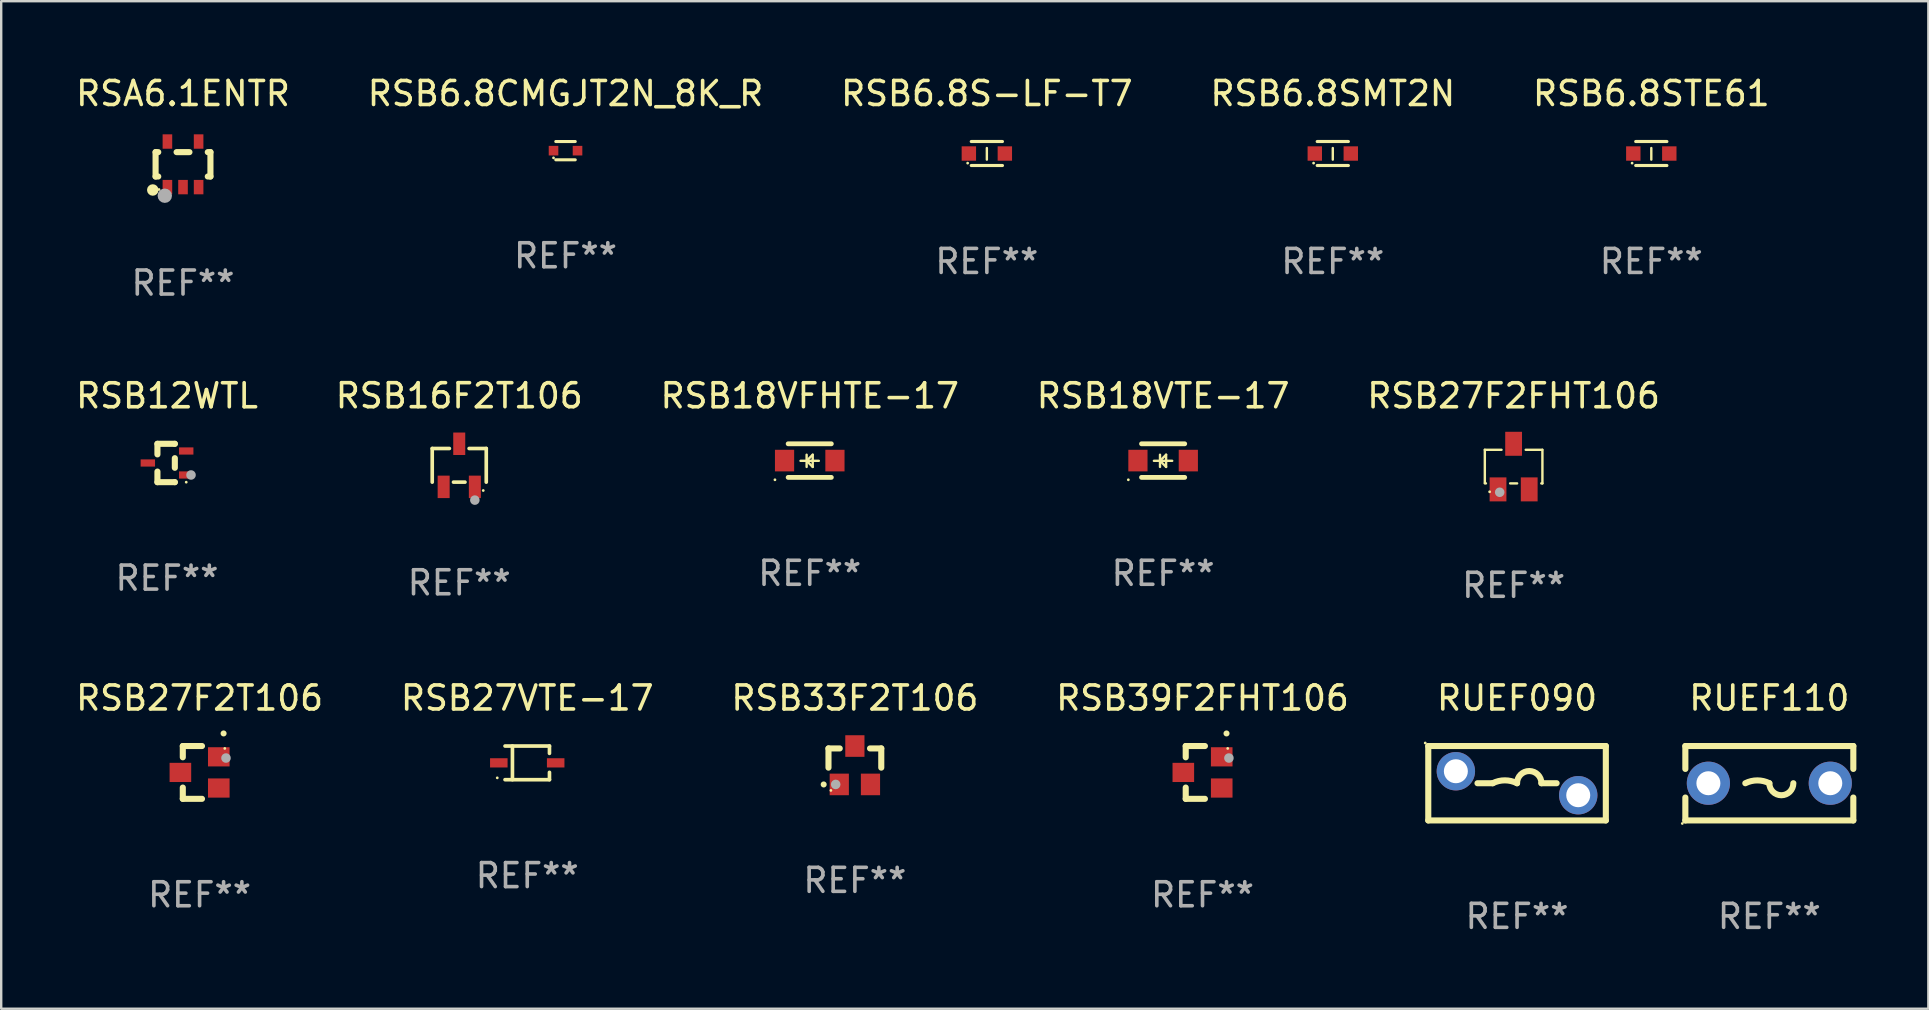
<source format=kicad_pcb>
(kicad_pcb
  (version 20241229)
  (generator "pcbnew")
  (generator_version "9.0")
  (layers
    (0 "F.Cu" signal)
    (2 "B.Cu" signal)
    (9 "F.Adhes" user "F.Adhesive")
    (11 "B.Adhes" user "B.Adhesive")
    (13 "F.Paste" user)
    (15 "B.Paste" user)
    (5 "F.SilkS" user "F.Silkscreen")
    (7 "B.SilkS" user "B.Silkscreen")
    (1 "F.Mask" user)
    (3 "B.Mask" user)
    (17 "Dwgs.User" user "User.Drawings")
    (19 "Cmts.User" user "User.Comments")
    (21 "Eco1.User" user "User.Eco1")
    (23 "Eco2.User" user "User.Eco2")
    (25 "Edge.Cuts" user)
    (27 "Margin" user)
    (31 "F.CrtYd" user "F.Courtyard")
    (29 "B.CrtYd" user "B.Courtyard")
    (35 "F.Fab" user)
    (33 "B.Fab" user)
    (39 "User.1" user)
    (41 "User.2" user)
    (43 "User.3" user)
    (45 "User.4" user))
  (footprint "RUEF090"
    (layer "F.Cu")
    (at 60.173 29.591)
    (property "Reference" "RUEF090" (at 0 -3.55 0) (layer "F.SilkS") (effects (font (size 1 1) (thickness 0.15))))
    (attr through_hole)
    (fp_line (start -3.7 -1.55) (end 3.7 -1.55) (stroke (width 0.254) (type solid)) (layer "F.SilkS"))
    (fp_line (start -3.7 1.55) (end -3.7 -1.55) (stroke (width 0.254) (type solid)) (layer "F.SilkS"))
    (fp_line (start -1.649 0) (end -1.016 0) (stroke (width 0.254) (type solid)) (layer "F.SilkS"))
    (fp_line (start 1.649 0) (end 1.016 0) (stroke (width 0.254) (type solid)) (layer "F.SilkS"))
    (fp_line (start 3.7 -1.55) (end 3.7 1.55) (stroke (width 0.254) (type solid)) (layer "F.SilkS"))
    (fp_line (start 3.7 1.55) (end -3.7 1.55) (stroke (width 0.254) (type solid)) (layer "F.SilkS"))
    (fp_arc (start -1.016002 0) (mid -0.508001 -0.119923) (end 0 0) (stroke (width 0.254001) (type solid)) (layer "F.SilkS"))
    (fp_arc (start 0 0) (mid 0.508001 -0.508001) (end 1.016002 0) (stroke (width 0.254001) (type solid)) (layer "F.SilkS"))
    (fp_circle (center -3.827 -1.677) (end -3.797 -1.677) (stroke (width 0.06) (type solid)) (fill no) (layer "F.SilkS"))
    (fp_text user "REF**" (at 0 5.55 0) (layer "F.Fab") (effects (font (size 1 1) (thickness 0.15))))
    (pad "1" thru_hole circle (at -2.55 -0.5) (size 1.6 1.6) (drill 1) (layers "*.Cu" "*.Mask"))
    (pad "2" thru_hole circle (at 2.55 0.5) (size 1.6 1.6) (drill 1) (layers "*.Cu" "*.Mask")))
  (footprint "RSB6.8SMT2N"
    (layer "F.Cu")
    (at 52.494 3.348)
    (property "Reference" "RSB6.8SMT2N" (at 0 -2.5 0) (layer "F.SilkS") (effects (font (size 1 1) (thickness 0.15))))
    (attr through_hole)
    (fp_line (start -0.65 -0.5) (end 0.65 -0.5) (stroke (width 0.13) (type solid)) (layer "F.SilkS"))
    (fp_line (start -0.65 0.5) (end 0.65 0.5) (stroke (width 0.13) (type solid)) (layer "F.SilkS"))
    (fp_line (start 0 -0.229) (end 0 0.254) (stroke (width 0.1) (type solid)) (layer "F.SilkS"))
    (fp_circle (center -0.8 0.4) (end -0.77 0.4) (stroke (width 0.06) (type solid)) (fill no) (layer "F.SilkS"))
    (fp_text user "REF**" (at 0 4.5 0) (layer "F.Fab") (effects (font (size 1 1) (thickness 0.15))))
    (pad "1" smd rect (at -0.75 0) (size 0.6 0.6) (layers "F.Cu" "F.Mask" "F.Paste"))
    (pad "2" smd rect (at 0.75 0 180) (size 0.6 0.6) (layers "F.Cu" "F.Mask" "F.Paste")))
  (footprint "RUEF110"
    (layer "F.Cu")
    (at 70.687 29.591)
    (property "Reference" "RUEF110" (at 0 -3.55 0) (layer "F.SilkS") (effects (font (size 1 1) (thickness 0.15))))
    (attr through_hole)
    (fp_line (start -3.5 -1.55) (end -3.5 -0.596) (stroke (width 0.254) (type solid)) (layer "F.SilkS"))
    (fp_line (start -3.5 -1.55) (end 3.5 -1.55) (stroke (width 0.254) (type solid)) (layer "F.SilkS"))
    (fp_line (start -3.5 0.596) (end -3.5 1.55) (stroke (width 0.254) (type solid)) (layer "F.SilkS"))
    (fp_line (start 3.5 -1.55) (end 3.5 -0.596) (stroke (width 0.254) (type solid)) (layer "F.SilkS"))
    (fp_line (start 3.5 0.596) (end 3.5 1.55) (stroke (width 0.254) (type solid)) (layer "F.SilkS"))
    (fp_line (start 3.5 1.55) (end -3.5 1.55) (stroke (width 0.254) (type solid)) (layer "F.SilkS"))
    (fp_arc (start -1.000762 0) (mid -0.500381 -0.118151) (end 0 0) (stroke (width 0.254001) (type solid)) (layer "F.SilkS"))
    (fp_arc (start 1.000762 0) (mid 0.500381 0.500127) (end 0 0) (stroke (width 0.254001) (type solid)) (layer "F.SilkS"))
    (fp_circle (center -3.627 1.677) (end -3.597 1.677) (stroke (width 0.06) (type solid)) (fill no) (layer "F.SilkS"))
    (fp_text user "REF**" (at 0 5.55 0) (layer "F.Fab") (effects (font (size 1 1) (thickness 0.15))))
    (pad "1" thru_hole circle (at -2.54 0) (size 1.8 1.8) (drill 1) (layers "*.Cu" "*.Mask"))
    (pad "2" thru_hole circle (at 2.54 0) (size 1.8 1.8) (drill 1) (layers "*.Cu" "*.Mask")))
  (footprint "RSB6.8CMGJT2N_8K_R"
    (layer "F.Cu")
    (at 20.518 3.229)
    (property "Reference" "RSB6.8CMGJT2N_8K_R" (at 0 -2.381 0) (layer "F.SilkS") (effects (font (size 1 1) (thickness 0.15))))
    (attr through_hole)
    (fp_line (start -0.406 -0.381) (end 0.406 -0.381) (stroke (width 0.127) (type solid)) (layer "F.SilkS"))
    (fp_line (start 0.406 0.381) (end -0.406 0.381) (stroke (width 0.127) (type solid)) (layer "F.SilkS"))
    (fp_circle (center -0.5 0.3) (end -0.47 0.3) (stroke (width 0.06) (type solid)) (fill no) (layer "F.SilkS"))
    (fp_text user "REF**" (at 0 4.381 0) (layer "F.Fab") (effects (font (size 1 1) (thickness 0.15))))
    (pad "1" smd rect (at -0.5 0 90) (size 0.4 0.4) (layers "F.Cu" "F.Mask" "F.Paste"))
    (pad "2" smd rect (at 0.5 0 90) (size 0.4 0.4) (layers "F.Cu" "F.Mask" "F.Paste")))
  (footprint "RSB39F2FHT106"
    (layer "F.Cu")
    (at 47.065 29.141)
    (property "Reference" "RSB39F2FHT106" (at 0 -3.1 0) (layer "F.SilkS") (effects (font (size 1 1) (thickness 0.15))))
    (attr through_hole)
    (fp_line (start -0.7 -1.1) (end 0.1 -1.1) (stroke (width 0.254) (type solid)) (layer "F.SilkS"))
    (fp_line (start -0.7 -0.631) (end -0.7 -1.1) (stroke (width 0.254) (type solid)) (layer "F.SilkS"))
    (fp_line (start -0.7 1.1) (end -0.7 0.631) (stroke (width 0.254) (type solid)) (layer "F.SilkS"))
    (fp_line (start -0.7 1.1) (end 0.1 1.1) (stroke (width 0.254) (type solid)) (layer "F.SilkS"))
    (fp_arc (start 0.99873 -1.62446) (mid 1 -1.624466) (end 1.00127 -1.62446) (stroke (width 0.24892) (type solid)) (layer "F.SilkS"))
    (fp_circle (center 1.05 -1) (end 1.08 -1) (stroke (width 0.06) (type solid)) (fill no) (layer "F.SilkS"))
    (fp_circle (center 1.1 -0.6) (end 1.2 -0.6) (stroke (width 0.2) (type solid)) (fill no) (layer "F.Fab"))
    (fp_text user "REF**" (at 0 5.1 0) (layer "F.Fab") (effects (font (size 1 1) (thickness 0.15))))
    (pad "1" smd rect (at 0.8 -0.65 90) (size 0.8 0.9) (layers "F.Cu" "F.Mask" "F.Paste"))
    (pad "2" smd rect (at 0.8 0.65 90) (size 0.8 0.9) (layers "F.Cu" "F.Mask" "F.Paste"))
    (pad "3" smd rect (at -0.8 0 90) (size 0.8 0.9) (layers "F.Cu" "F.Mask" "F.Paste")))
  (footprint "RSB6.8S-LF-T7"
    (layer "F.Cu")
    (at 38.077 3.348)
    (property "Reference" "RSB6.8S-LF-T7" (at 0 -2.5 0) (layer "F.SilkS") (effects (font (size 1 1) (thickness 0.15))))
    (attr through_hole)
    (fp_line (start -0.65 -0.5) (end 0.65 -0.5) (stroke (width 0.13) (type solid)) (layer "F.SilkS"))
    (fp_line (start -0.65 0.5) (end 0.65 0.5) (stroke (width 0.13) (type solid)) (layer "F.SilkS"))
    (fp_line (start 0 -0.229) (end 0 0.254) (stroke (width 0.1) (type solid)) (layer "F.SilkS"))
    (fp_circle (center -0.8 0.4) (end -0.77 0.4) (stroke (width 0.06) (type solid)) (fill no) (layer "F.SilkS"))
    (fp_text user "REF**" (at 0 4.5 0) (layer "F.Fab") (effects (font (size 1 1) (thickness 0.15))))
    (pad "1" smd rect (at -0.75 0) (size 0.6 0.6) (layers "F.Cu" "F.Mask" "F.Paste"))
    (pad "2" smd rect (at 0.75 0 180) (size 0.6 0.6) (layers "F.Cu" "F.Mask" "F.Paste")))
  (footprint "RSB18VFHTE-17"
    (layer "F.Cu")
    (at 30.696 16.145)
    (property "Reference" "RSB18VFHTE-17" (at 0 -2.7 0) (layer "F.SilkS") (effects (font (size 1 1) (thickness 0.15))))
    (attr through_hole)
    (fp_line (start -0.9 -0.7) (end 0.9 -0.7) (stroke (width 0.2) (type solid)) (layer "F.SilkS"))
    (fp_line (start -0.9 0.7) (end 0.9 0.7) (stroke (width 0.2) (type solid)) (layer "F.SilkS"))
    (fp_line (start -0.13 0.01) (end 0.124 0.264) (stroke (width 0.1) (type solid)) (layer "F.SilkS"))
    (fp_line (start -0.13 0.264) (end -0.13 -0.244) (stroke (width 0.1) (type solid)) (layer "F.SilkS"))
    (fp_line (start 0.124 -0.244) (end -0.13 0.01) (stroke (width 0.1) (type solid)) (layer "F.SilkS"))
    (fp_line (start 0.124 0.264) (end 0.124 -0.244) (stroke (width 0.1) (type solid)) (layer "F.SilkS"))
    (fp_line (start 0.378 0.01) (end -0.384 0.01) (stroke (width 0.1) (type solid)) (layer "F.SilkS"))
    (fp_circle (center -1.45 0.8) (end -1.42 0.8) (stroke (width 0.06) (type solid)) (fill no) (layer "F.SilkS"))
    (fp_text user "REF**" (at 0 4.7 0) (layer "F.Fab") (effects (font (size 1 1) (thickness 0.15))))
    (pad "1" smd rect (at -1.05 0 270) (size 0.9 0.8) (layers "F.Cu" "F.Mask" "F.Paste"))
    (pad "2" smd rect (at 1.05 0 270) (size 0.9 0.8) (layers "F.Cu" "F.Mask" "F.Paste")))
  (footprint "RSB12WTL"
    (layer "F.Cu")
    (at 3.911 16.245)
    (property "Reference" "RSB12WTL" (at 0 -2.8 0) (layer "F.SilkS") (effects (font (size 1 1) (thickness 0.15))))
    (attr through_hole)
    (fp_line (start -0.4 -0.8) (end -0.4 -0.358) (stroke (width 0.254) (type solid)) (layer "F.SilkS"))
    (fp_line (start -0.4 -0.8) (end 0.325 -0.8) (stroke (width 0.254) (type solid)) (layer "F.SilkS"))
    (fp_line (start -0.4 0.358) (end -0.4 0.8) (stroke (width 0.254) (type solid)) (layer "F.SilkS"))
    (fp_line (start 0.325 -0.8) (end 0.325 -0.8) (stroke (width 0.254) (type solid)) (layer "F.SilkS"))
    (fp_line (start 0.325 -0.2) (end 0.325 0.2) (stroke (width 0.254) (type solid)) (layer "F.SilkS"))
    (fp_line (start 0.325 0.8) (end 0.325 0.8) (stroke (width 0.254) (type solid)) (layer "F.SilkS"))
    (fp_line (start 0.325 0.8) (end -0.4 0.8) (stroke (width 0.254) (type solid)) (layer "F.SilkS"))
    (fp_circle (center 0.8 0.8) (end 0.83 0.8) (stroke (width 0.06) (type solid)) (fill no) (layer "F.SilkS"))
    (fp_circle (center 1 0.5) (end 1.1 0.5) (stroke (width 0.2) (type solid)) (fill no) (layer "F.Fab"))
    (fp_text user "REF**" (at 0 4.8 0) (layer "F.Fab") (effects (font (size 1 1) (thickness 0.15))))
    (pad "1" smd rect (at 0.8 0.5 90) (size 0.3 0.6) (layers "F.Cu" "F.Mask" "F.Paste"))
    (pad "2" smd rect (at 0.8 -0.5 90) (size 0.3 0.6) (layers "F.Cu" "F.Mask" "F.Paste"))
    (pad "3" smd rect (at -0.8 0 90) (size 0.3 0.6) (layers "F.Cu" "F.Mask" "F.Paste")))
  (footprint "RSB33F2T106"
    (layer "F.Cu")
    (at 32.577 28.841)
    (property "Reference" "RSB33F2T106" (at 0 -2.8 0) (layer "F.SilkS") (effects (font (size 1 1) (thickness 0.15))))
    (attr through_hole)
    (fp_line (start -1.1 -0.7) (end -1.1 0.1) (stroke (width 0.254) (type solid)) (layer "F.SilkS"))
    (fp_line (start -1.1 -0.7) (end -0.631 -0.7) (stroke (width 0.254) (type solid)) (layer "F.SilkS"))
    (fp_line (start 0.631 -0.7) (end 1.1 -0.7) (stroke (width 0.254) (type solid)) (layer "F.SilkS"))
    (fp_line (start 1.1 -0.7) (end 1.1 0.1) (stroke (width 0.254) (type solid)) (layer "F.SilkS"))
    (fp_arc (start -1.3 0.80254) (mid -1.300006 0.80127) (end -1.3 0.8) (stroke (width 0.24892) (type solid)) (layer "F.SilkS"))
    (fp_circle (center -1 1.05) (end -0.97 1.05) (stroke (width 0.06) (type solid)) (fill no) (layer "F.SilkS"))
    (fp_circle (center -0.8 0.8) (end -0.7 0.8) (stroke (width 0.2) (type solid)) (fill no) (layer "F.Fab"))
    (fp_text user "REF**" (at 0 4.8 0) (layer "F.Fab") (effects (font (size 1 1) (thickness 0.15))))
    (pad "1" smd rect (at -0.65 0.8) (size 0.8 0.9) (layers "F.Cu" "F.Mask" "F.Paste"))
    (pad "2" smd rect (at 0.65 0.8) (size 0.8 0.9) (layers "F.Cu" "F.Mask" "F.Paste"))
    (pad "3" smd rect (at -0.000102 -0.8) (size 0.8 0.9) (layers "F.Cu" "F.Mask" "F.Paste")))
  (footprint "RSA6.1ENTR"
    (layer "F.Cu")
    (at 4.577 3.798)
    (property "Reference" "RSA6.1ENTR" (at 0 -2.95 0) (layer "F.SilkS") (effects (font (size 1 1) (thickness 0.15))))
    (attr through_hole)
    (fp_line (start -1.143 -0.508) (end -1.032 -0.508) (stroke (width 0.254) (type solid)) (layer "F.SilkS"))
    (fp_line (start -1.143 0.508) (end -1.143 -0.508) (stroke (width 0.254) (type solid)) (layer "F.SilkS"))
    (fp_line (start -1.032 0.508) (end -1.143 0.508) (stroke (width 0.254) (type solid)) (layer "F.SilkS"))
    (fp_line (start -0.268 -0.508) (end 0.268 -0.508) (stroke (width 0.254) (type solid)) (layer "F.SilkS"))
    (fp_line (start 1.032 -0.508) (end 1.143 -0.508) (stroke (width 0.254) (type solid)) (layer "F.SilkS"))
    (fp_line (start 1.143 -0.508) (end 1.143 0.508) (stroke (width 0.254) (type solid)) (layer "F.SilkS"))
    (fp_line (start 1.143 0.508) (end 1.032 0.508) (stroke (width 0.254) (type solid)) (layer "F.SilkS"))
    (fp_circle (center -1.26 1.07) (end -1.14 1.07) (stroke (width 0.24) (type solid)) (fill no) (layer "F.SilkS"))
    (fp_circle (center -1 1.05) (end -0.97 1.05) (stroke (width 0.06) (type solid)) (fill no) (layer "F.SilkS"))
    (fp_circle (center -0.759 1.309) (end -0.609 1.309) (stroke (width 0.3) (type solid)) (fill no) (layer "F.Fab"))
    (fp_text user "REF**" (at 0 4.95 0) (layer "F.Fab") (effects (font (size 1 1) (thickness 0.15))))
    (pad "1" smd rect (at -0.65 0.95 180) (size 0.4 0.6) (layers "F.Cu" "F.Mask" "F.Paste"))
    (pad "2" smd rect (at 0 0.95 180) (size 0.4 0.6) (layers "F.Cu" "F.Mask" "F.Paste"))
    (pad "3" smd rect (at 0.65 0.95 180) (size 0.4 0.6) (layers "F.Cu" "F.Mask" "F.Paste"))
    (pad "4" smd rect (at 0.65 -0.95 180) (size 0.4 0.6) (layers "F.Cu" "F.Mask" "F.Paste"))
    (pad "5" smd rect (at -0.65 -0.95 180) (size 0.4 0.6) (layers "F.Cu" "F.Mask" "F.Paste")))
  (footprint "RSB6.8STE61"
    (layer "F.Cu")
    (at 65.768 3.348)
    (property "Reference" "RSB6.8STE61" (at 0 -2.5 0) (layer "F.SilkS") (effects (font (size 1 1) (thickness 0.15))))
    (attr through_hole)
    (fp_line (start -0.65 -0.5) (end 0.65 -0.5) (stroke (width 0.13) (type solid)) (layer "F.SilkS"))
    (fp_line (start -0.65 0.5) (end 0.65 0.5) (stroke (width 0.13) (type solid)) (layer "F.SilkS"))
    (fp_line (start 0 -0.229) (end 0 0.254) (stroke (width 0.1) (type solid)) (layer "F.SilkS"))
    (fp_circle (center -0.8 0.4) (end -0.77 0.4) (stroke (width 0.06) (type solid)) (fill no) (layer "F.SilkS"))
    (fp_text user "REF**" (at 0 4.5 0) (layer "F.Fab") (effects (font (size 1 1) (thickness 0.15))))
    (pad "1" smd rect (at -0.75 0) (size 0.6 0.6) (layers "F.Cu" "F.Mask" "F.Paste"))
    (pad "2" smd rect (at 0.75 0 180) (size 0.6 0.6) (layers "F.Cu" "F.Mask" "F.Paste")))
  (footprint "RSB27F2FHT106"
    (layer "F.Cu")
    (at 60.03 16.395)
    (property "Reference" "RSB27F2FHT106" (at 0 -2.95 0) (layer "F.SilkS") (effects (font (size 1 1) (thickness 0.15))))
    (attr through_hole)
    (fp_line (start -1.2 -0.7) (end -1.2 0.68) (stroke (width 0.1) (type solid)) (layer "F.SilkS"))
    (fp_line (start -1.2 -0.7) (end -0.504 -0.7) (stroke (width 0.1) (type solid)) (layer "F.SilkS"))
    (fp_line (start -1.154 0.7) (end -1.2 0.7) (stroke (width 0.1) (type solid)) (layer "F.SilkS"))
    (fp_line (start 0.146 0.7) (end -0.146 0.7) (stroke (width 0.1) (type solid)) (layer "F.SilkS"))
    (fp_line (start 0.504 -0.7) (end 1.194 -0.7) (stroke (width 0.1) (type solid)) (layer "F.SilkS"))
    (fp_line (start 1.2 -0.7) (end 1.2 0.7) (stroke (width 0.1) (type solid)) (layer "F.SilkS"))
    (fp_line (start 1.2 0.7) (end 1.154 0.7) (stroke (width 0.1) (type solid)) (layer "F.SilkS"))
    (fp_circle (center -1 1.05) (end -0.97 1.05) (stroke (width 0.06) (type solid)) (fill no) (layer "F.SilkS"))
    (fp_circle (center -0.58 1.07) (end -0.48 1.07) (stroke (width 0.2) (type solid)) (fill no) (layer "F.Fab"))
    (fp_text user "REF**" (at 0 4.95 0) (layer "F.Fab") (effects (font (size 1 1) (thickness 0.15))))
    (pad "1" smd rect (at -0.65 0.95) (size 0.7 1) (layers "F.Cu" "F.Mask" "F.Paste"))
    (pad "2" smd rect (at 0.65 0.95) (size 0.7 1) (layers "F.Cu" "F.Mask" "F.Paste"))
    (pad "3" smd rect (at -0.000127 -0.95) (size 0.7 1) (layers "F.Cu" "F.Mask" "F.Paste")))
  (footprint "RSB27VTE-17"
    (layer "F.Cu")
    (at 18.923 28.742)
    (property "Reference" "RSB27VTE-17" (at 0 -2.701 0) (layer "F.SilkS") (effects (font (size 1 1) (thickness 0.15))))
    (attr through_hole)
    (fp_line (start -0.926 -0.701) (end 0.926 -0.701) (stroke (width 0.152) (type solid)) (layer "F.SilkS"))
    (fp_line (start -0.926 0.701) (end 0.926 0.701) (stroke (width 0.152) (type solid)) (layer "F.SilkS"))
    (fp_line (start -0.617 -0.701) (end -0.617 0.701) (stroke (width 0.152) (type solid)) (layer "F.SilkS"))
    (fp_line (start 0.926 -0.701) (end 0.926 -0.396) (stroke (width 0.152) (type solid)) (layer "F.SilkS"))
    (fp_line (start 0.926 0.701) (end 0.926 0.396) (stroke (width 0.152) (type solid)) (layer "F.SilkS"))
    (fp_circle (center -1.25 0.625) (end -1.22 0.625) (stroke (width 0.06) (type solid)) (fill no) (layer "F.SilkS"))
    (fp_text user "REF**" (at 0 4.701 0) (layer "F.Fab") (effects (font (size 1 1) (thickness 0.15))))
    (pad "1" smd rect (at -1.185 0 180) (size 0.73 0.385) (layers "F.Cu" "F.Mask" "F.Paste"))
    (pad "2" smd rect (at 1.185 0 180) (size 0.73 0.385) (layers "F.Cu" "F.Mask" "F.Paste")))
  (footprint "RSB27F2T106"
    (layer "F.Cu")
    (at 5.268 29.141)
    (property "Reference" "RSB27F2T106" (at 0 -3.1 0) (layer "F.SilkS") (effects (font (size 1 1) (thickness 0.15))))
    (attr through_hole)
    (fp_line (start -0.7 -1.1) (end 0.1 -1.1) (stroke (width 0.254) (type solid)) (layer "F.SilkS"))
    (fp_line (start -0.7 -0.631) (end -0.7 -1.1) (stroke (width 0.254) (type solid)) (layer "F.SilkS"))
    (fp_line (start -0.7 1.1) (end -0.7 0.631) (stroke (width 0.254) (type solid)) (layer "F.SilkS"))
    (fp_line (start -0.7 1.1) (end 0.1 1.1) (stroke (width 0.254) (type solid)) (layer "F.SilkS"))
    (fp_arc (start 0.99873 -1.62446) (mid 1 -1.624466) (end 1.00127 -1.62446) (stroke (width 0.24892) (type solid)) (layer "F.SilkS"))
    (fp_circle (center 1.05 -1) (end 1.08 -1) (stroke (width 0.06) (type solid)) (fill no) (layer "F.SilkS"))
    (fp_circle (center 1.1 -0.6) (end 1.2 -0.6) (stroke (width 0.2) (type solid)) (fill no) (layer "F.Fab"))
    (fp_text user "REF**" (at 0 5.1 0) (layer "F.Fab") (effects (font (size 1 1) (thickness 0.15))))
    (pad "1" smd rect (at 0.8 -0.65 90) (size 0.8 0.9) (layers "F.Cu" "F.Mask" "F.Paste"))
    (pad "2" smd rect (at 0.8 0.65 90) (size 0.8 0.9) (layers "F.Cu" "F.Mask" "F.Paste"))
    (pad "3" smd rect (at -0.8 0 90) (size 0.8 0.9) (layers "F.Cu" "F.Mask" "F.Paste")))
  (footprint "RSB16F2T106"
    (layer "F.Cu")
    (at 16.089 16.342)
    (property "Reference" "RSB16F2T106" (at 0 -2.898 0) (layer "F.SilkS") (effects (font (size 1 1) (thickness 0.15))))
    (attr through_hole)
    (fp_line (start -1.126 -0.701) (end -0.411 -0.701) (stroke (width 0.152) (type solid)) (layer "F.SilkS"))
    (fp_line (start -1.126 0.701) (end -1.126 -0.701) (stroke (width 0.152) (type solid)) (layer "F.SilkS"))
    (fp_line (start -0.239 0.701) (end 0.239 0.701) (stroke (width 0.152) (type solid)) (layer "F.SilkS"))
    (fp_line (start 1.126 -0.701) (end 0.411 -0.701) (stroke (width 0.152) (type solid)) (layer "F.SilkS"))
    (fp_line (start 1.126 0.701) (end 1.126 -0.701) (stroke (width 0.152) (type solid)) (layer "F.SilkS"))
    (fp_circle (center 1 1.05) (end 1.03 1.05) (stroke (width 0.06) (type solid)) (fill no) (layer "F.SilkS"))
    (fp_circle (center 0.65 1.45) (end 0.75 1.45) (stroke (width 0.2) (type solid)) (fill no) (layer "F.Fab"))
    (fp_text user "REF**" (at 0 4.898 0) (layer "F.Fab") (effects (font (size 1 1) (thickness 0.15))))
    (pad "1" smd rect (at 0.65 0.898 270) (size 0.936 0.5) (layers "F.Cu" "F.Mask" "F.Paste"))
    (pad "2" smd rect (at -0.65 0.898 270) (size 0.936 0.5) (layers "F.Cu" "F.Mask" "F.Paste"))
    (pad "3" smd rect (at -0.000114 -0.898 270) (size 0.936 0.5) (layers "F.Cu" "F.Mask" "F.Paste")))
  (footprint "RSB18VTE-17"
    (layer "F.Cu")
    (at 45.423 16.145)
    (property "Reference" "RSB18VTE-17" (at 0 -2.7 0) (layer "F.SilkS") (effects (font (size 1 1) (thickness 0.15))))
    (attr through_hole)
    (fp_line (start -0.9 -0.7) (end 0.9 -0.7) (stroke (width 0.2) (type solid)) (layer "F.SilkS"))
    (fp_line (start -0.9 0.7) (end 0.9 0.7) (stroke (width 0.2) (type solid)) (layer "F.SilkS"))
    (fp_line (start -0.13 0.01) (end 0.124 0.264) (stroke (width 0.1) (type solid)) (layer "F.SilkS"))
    (fp_line (start -0.13 0.264) (end -0.13 -0.244) (stroke (width 0.1) (type solid)) (layer "F.SilkS"))
    (fp_line (start 0.124 -0.244) (end -0.13 0.01) (stroke (width 0.1) (type solid)) (layer "F.SilkS"))
    (fp_line (start 0.124 0.264) (end 0.124 -0.244) (stroke (width 0.1) (type solid)) (layer "F.SilkS"))
    (fp_line (start 0.378 0.01) (end -0.384 0.01) (stroke (width 0.1) (type solid)) (layer "F.SilkS"))
    (fp_circle (center -1.45 0.8) (end -1.42 0.8) (stroke (width 0.06) (type solid)) (fill no) (layer "F.SilkS"))
    (fp_text user "REF**" (at 0 4.7 0) (layer "F.Fab") (effects (font (size 1 1) (thickness 0.15))))
    (pad "1" smd rect (at -1.05 0 270) (size 0.9 0.8) (layers "F.Cu" "F.Mask" "F.Paste"))
    (pad "2" smd rect (at 1.05 0 270) (size 0.9 0.8) (layers "F.Cu" "F.Mask" "F.Paste")))
  (gr_rect
    (start -3 -3)
    (end 77.314 38.989)
    (stroke (width 0.1) (type default))
    (fill no)
    (layer "Edge.Cuts")))
</source>
